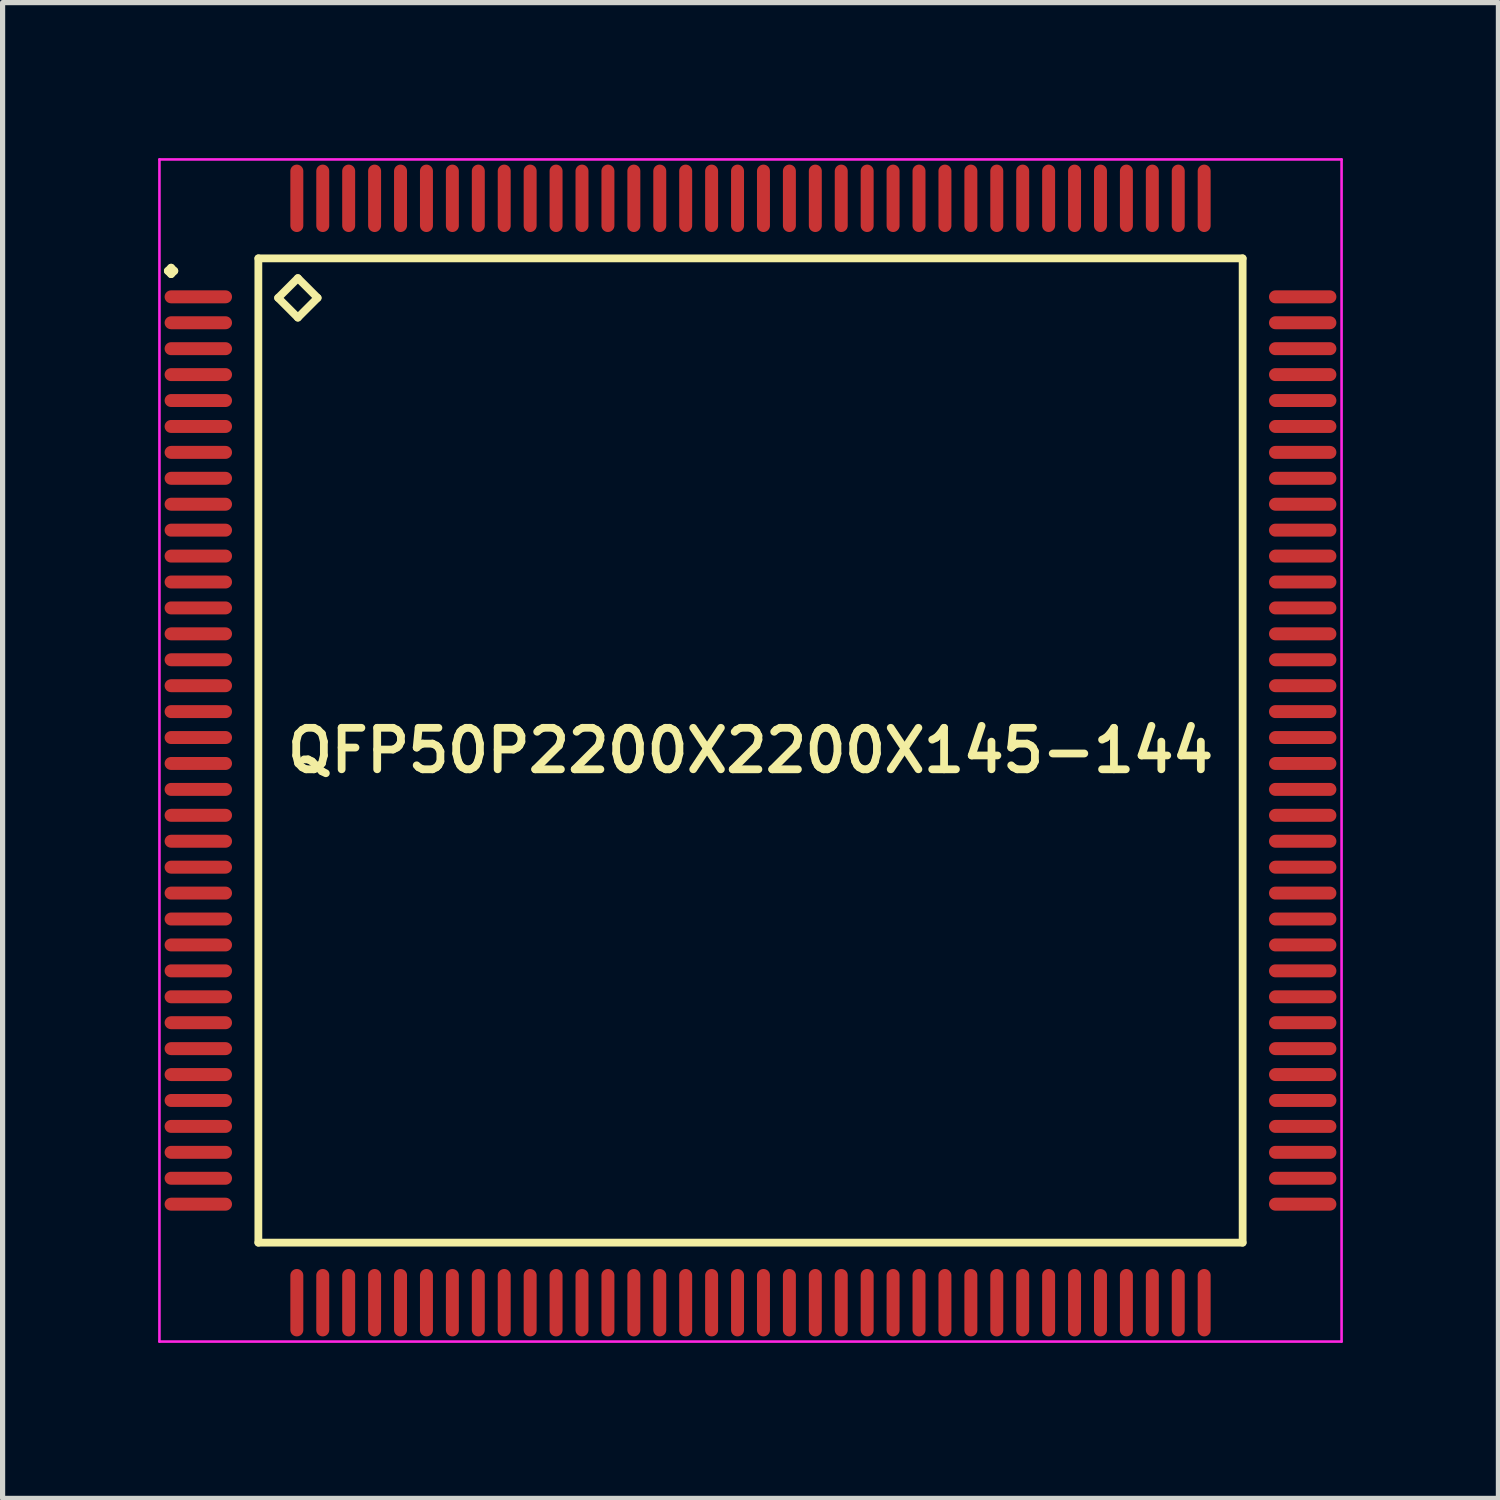
<source format=kicad_pcb>
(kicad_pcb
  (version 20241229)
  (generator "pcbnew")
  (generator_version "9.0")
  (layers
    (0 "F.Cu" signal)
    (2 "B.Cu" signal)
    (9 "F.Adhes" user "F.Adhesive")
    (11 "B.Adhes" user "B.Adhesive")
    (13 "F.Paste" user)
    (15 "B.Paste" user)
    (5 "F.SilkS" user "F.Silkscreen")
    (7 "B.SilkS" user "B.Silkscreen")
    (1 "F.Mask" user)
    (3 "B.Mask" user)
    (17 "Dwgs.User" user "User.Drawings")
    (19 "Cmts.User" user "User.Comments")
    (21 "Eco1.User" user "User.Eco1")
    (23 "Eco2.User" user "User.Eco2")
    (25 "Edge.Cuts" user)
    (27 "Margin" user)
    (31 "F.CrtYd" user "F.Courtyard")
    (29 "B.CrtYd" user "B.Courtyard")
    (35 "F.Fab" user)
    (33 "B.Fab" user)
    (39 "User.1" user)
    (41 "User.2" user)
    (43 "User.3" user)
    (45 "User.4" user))
  (footprint "QFP50P2200X2200X145-144"
    (layer "F.Cu")
    (at 11.425 11.425)
    (property "Reference" "QFP50P2200X2200X145-144" (at 0 0 0) (layer "F.SilkS") (effects (font (size 0.8 0.8) (thickness 0.15))))
    (attr smd)
    (fp_line (start -11.238 -9.25) (end -11.175 -9.312) (stroke (width 0.15) (type solid)) (layer "F.SilkS"))
    (fp_line (start -11.175 -9.312) (end -11.113 -9.25) (stroke (width 0.15) (type solid)) (layer "F.SilkS"))
    (fp_line (start -11.175 -9.188) (end -11.238 -9.25) (stroke (width 0.15) (type solid)) (layer "F.SilkS"))
    (fp_line (start -11.113 -9.25) (end -11.175 -9.188) (stroke (width 0.15) (type solid)) (layer "F.SilkS"))
    (fp_line (start -9.492 -9.492) (end -9.492 9.492) (stroke (width 0.15) (type solid)) (layer "F.SilkS"))
    (fp_line (start -9.492 9.492) (end 9.492 9.492) (stroke (width 0.15) (type solid)) (layer "F.SilkS"))
    (fp_line (start -9.111 -8.73) (end -8.73 -9.111) (stroke (width 0.15) (type solid)) (layer "F.SilkS"))
    (fp_line (start -8.73 -9.111) (end -8.349 -8.73) (stroke (width 0.15) (type solid)) (layer "F.SilkS"))
    (fp_line (start -8.73 -8.349) (end -9.111 -8.73) (stroke (width 0.15) (type solid)) (layer "F.SilkS"))
    (fp_line (start -8.349 -8.73) (end -8.73 -8.349) (stroke (width 0.15) (type solid)) (layer "F.SilkS"))
    (fp_line (start 9.492 -9.492) (end -9.492 -9.492) (stroke (width 0.15) (type solid)) (layer "F.SilkS"))
    (fp_line (start 9.492 9.492) (end 9.492 -9.492) (stroke (width 0.15) (type solid)) (layer "F.SilkS"))
    (fp_line (start -11.4 -11.4) (end 11.4 -11.4) (stroke (width 0.05) (type solid)) (layer "F.CrtYd"))
    (fp_line (start -11.4 11.4) (end -11.4 -11.4) (stroke (width 0.05) (type solid)) (layer "F.CrtYd"))
    (fp_line (start 11.4 -11.4) (end 11.4 11.4) (stroke (width 0.05) (type solid)) (layer "F.CrtYd"))
    (fp_line (start 11.4 11.4) (end -11.4 11.4) (stroke (width 0.05) (type solid)) (layer "F.CrtYd"))
    (pad "1" smd oval (at -10.65 -8.75) (size 1.3 0.25) (layers "F.Cu" "F.Mask" "F.Paste"))
    (pad "2" smd oval (at -10.65 -8.25) (size 1.3 0.25) (layers "F.Cu" "F.Mask" "F.Paste"))
    (pad "3" smd oval (at -10.65 -7.75) (size 1.3 0.25) (layers "F.Cu" "F.Mask" "F.Paste"))
    (pad "4" smd oval (at -10.65 -7.25) (size 1.3 0.25) (layers "F.Cu" "F.Mask" "F.Paste"))
    (pad "5" smd oval (at -10.65 -6.75) (size 1.3 0.25) (layers "F.Cu" "F.Mask" "F.Paste"))
    (pad "6" smd oval (at -10.65 -6.25) (size 1.3 0.25) (layers "F.Cu" "F.Mask" "F.Paste"))
    (pad "7" smd oval (at -10.65 -5.75) (size 1.3 0.25) (layers "F.Cu" "F.Mask" "F.Paste"))
    (pad "8" smd oval (at -10.65 -5.25) (size 1.3 0.25) (layers "F.Cu" "F.Mask" "F.Paste"))
    (pad "9" smd oval (at -10.65 -4.75) (size 1.3 0.25) (layers "F.Cu" "F.Mask" "F.Paste"))
    (pad "10" smd oval (at -10.65 -4.25) (size 1.3 0.25) (layers "F.Cu" "F.Mask" "F.Paste"))
    (pad "11" smd oval (at -10.65 -3.75) (size 1.3 0.25) (layers "F.Cu" "F.Mask" "F.Paste"))
    (pad "12" smd oval (at -10.65 -3.25) (size 1.3 0.25) (layers "F.Cu" "F.Mask" "F.Paste"))
    (pad "13" smd oval (at -10.65 -2.75) (size 1.3 0.25) (layers "F.Cu" "F.Mask" "F.Paste"))
    (pad "14" smd oval (at -10.65 -2.25) (size 1.3 0.25) (layers "F.Cu" "F.Mask" "F.Paste"))
    (pad "15" smd oval (at -10.65 -1.75) (size 1.3 0.25) (layers "F.Cu" "F.Mask" "F.Paste"))
    (pad "16" smd oval (at -10.65 -1.25) (size 1.3 0.25) (layers "F.Cu" "F.Mask" "F.Paste"))
    (pad "17" smd oval (at -10.65 -0.75) (size 1.3 0.25) (layers "F.Cu" "F.Mask" "F.Paste"))
    (pad "18" smd oval (at -10.65 -0.25) (size 1.3 0.25) (layers "F.Cu" "F.Mask" "F.Paste"))
    (pad "19" smd oval (at -10.65 0.25) (size 1.3 0.25) (layers "F.Cu" "F.Mask" "F.Paste"))
    (pad "20" smd oval (at -10.65 0.75) (size 1.3 0.25) (layers "F.Cu" "F.Mask" "F.Paste"))
    (pad "21" smd oval (at -10.65 1.25) (size 1.3 0.25) (layers "F.Cu" "F.Mask" "F.Paste"))
    (pad "22" smd oval (at -10.65 1.75) (size 1.3 0.25) (layers "F.Cu" "F.Mask" "F.Paste"))
    (pad "23" smd oval (at -10.65 2.25) (size 1.3 0.25) (layers "F.Cu" "F.Mask" "F.Paste"))
    (pad "24" smd oval (at -10.65 2.75) (size 1.3 0.25) (layers "F.Cu" "F.Mask" "F.Paste"))
    (pad "25" smd oval (at -10.65 3.25) (size 1.3 0.25) (layers "F.Cu" "F.Mask" "F.Paste"))
    (pad "26" smd oval (at -10.65 3.75) (size 1.3 0.25) (layers "F.Cu" "F.Mask" "F.Paste"))
    (pad "27" smd oval (at -10.65 4.25) (size 1.3 0.25) (layers "F.Cu" "F.Mask" "F.Paste"))
    (pad "28" smd oval (at -10.65 4.75) (size 1.3 0.25) (layers "F.Cu" "F.Mask" "F.Paste"))
    (pad "29" smd oval (at -10.65 5.25) (size 1.3 0.25) (layers "F.Cu" "F.Mask" "F.Paste"))
    (pad "30" smd oval (at -10.65 5.75) (size 1.3 0.25) (layers "F.Cu" "F.Mask" "F.Paste"))
    (pad "31" smd oval (at -10.65 6.25) (size 1.3 0.25) (layers "F.Cu" "F.Mask" "F.Paste"))
    (pad "32" smd oval (at -10.65 6.75) (size 1.3 0.25) (layers "F.Cu" "F.Mask" "F.Paste"))
    (pad "33" smd oval (at -10.65 7.25) (size 1.3 0.25) (layers "F.Cu" "F.Mask" "F.Paste"))
    (pad "34" smd oval (at -10.65 7.75) (size 1.3 0.25) (layers "F.Cu" "F.Mask" "F.Paste"))
    (pad "35" smd oval (at -10.65 8.25) (size 1.3 0.25) (layers "F.Cu" "F.Mask" "F.Paste"))
    (pad "36" smd oval (at -10.65 8.75) (size 1.3 0.25) (layers "F.Cu" "F.Mask" "F.Paste"))
    (pad "37" smd oval (at -8.75 10.65) (size 0.25 1.3) (layers "F.Cu" "F.Mask" "F.Paste"))
    (pad "38" smd oval (at -8.25 10.65) (size 0.25 1.3) (layers "F.Cu" "F.Mask" "F.Paste"))
    (pad "39" smd oval (at -7.75 10.65) (size 0.25 1.3) (layers "F.Cu" "F.Mask" "F.Paste"))
    (pad "40" smd oval (at -7.25 10.65) (size 0.25 1.3) (layers "F.Cu" "F.Mask" "F.Paste"))
    (pad "41" smd oval (at -6.75 10.65) (size 0.25 1.3) (layers "F.Cu" "F.Mask" "F.Paste"))
    (pad "42" smd oval (at -6.25 10.65) (size 0.25 1.3) (layers "F.Cu" "F.Mask" "F.Paste"))
    (pad "43" smd oval (at -5.75 10.65) (size 0.25 1.3) (layers "F.Cu" "F.Mask" "F.Paste"))
    (pad "44" smd oval (at -5.25 10.65) (size 0.25 1.3) (layers "F.Cu" "F.Mask" "F.Paste"))
    (pad "45" smd oval (at -4.75 10.65) (size 0.25 1.3) (layers "F.Cu" "F.Mask" "F.Paste"))
    (pad "46" smd oval (at -4.25 10.65) (size 0.25 1.3) (layers "F.Cu" "F.Mask" "F.Paste"))
    (pad "47" smd oval (at -3.75 10.65) (size 0.25 1.3) (layers "F.Cu" "F.Mask" "F.Paste"))
    (pad "48" smd oval (at -3.25 10.65) (size 0.25 1.3) (layers "F.Cu" "F.Mask" "F.Paste"))
    (pad "49" smd oval (at -2.75 10.65) (size 0.25 1.3) (layers "F.Cu" "F.Mask" "F.Paste"))
    (pad "50" smd oval (at -2.25 10.65) (size 0.25 1.3) (layers "F.Cu" "F.Mask" "F.Paste"))
    (pad "51" smd oval (at -1.75 10.65) (size 0.25 1.3) (layers "F.Cu" "F.Mask" "F.Paste"))
    (pad "52" smd oval (at -1.25 10.65) (size 0.25 1.3) (layers "F.Cu" "F.Mask" "F.Paste"))
    (pad "53" smd oval (at -0.75 10.65) (size 0.25 1.3) (layers "F.Cu" "F.Mask" "F.Paste"))
    (pad "54" smd oval (at -0.25 10.65) (size 0.25 1.3) (layers "F.Cu" "F.Mask" "F.Paste"))
    (pad "55" smd oval (at 0.25 10.65) (size 0.25 1.3) (layers "F.Cu" "F.Mask" "F.Paste"))
    (pad "56" smd oval (at 0.75 10.65) (size 0.25 1.3) (layers "F.Cu" "F.Mask" "F.Paste"))
    (pad "57" smd oval (at 1.25 10.65) (size 0.25 1.3) (layers "F.Cu" "F.Mask" "F.Paste"))
    (pad "58" smd oval (at 1.75 10.65) (size 0.25 1.3) (layers "F.Cu" "F.Mask" "F.Paste"))
    (pad "59" smd oval (at 2.25 10.65) (size 0.25 1.3) (layers "F.Cu" "F.Mask" "F.Paste"))
    (pad "60" smd oval (at 2.75 10.65) (size 0.25 1.3) (layers "F.Cu" "F.Mask" "F.Paste"))
    (pad "61" smd oval (at 3.25 10.65) (size 0.25 1.3) (layers "F.Cu" "F.Mask" "F.Paste"))
    (pad "62" smd oval (at 3.75 10.65) (size 0.25 1.3) (layers "F.Cu" "F.Mask" "F.Paste"))
    (pad "63" smd oval (at 4.25 10.65) (size 0.25 1.3) (layers "F.Cu" "F.Mask" "F.Paste"))
    (pad "64" smd oval (at 4.75 10.65) (size 0.25 1.3) (layers "F.Cu" "F.Mask" "F.Paste"))
    (pad "65" smd oval (at 5.25 10.65) (size 0.25 1.3) (layers "F.Cu" "F.Mask" "F.Paste"))
    (pad "66" smd oval (at 5.75 10.65) (size 0.25 1.3) (layers "F.Cu" "F.Mask" "F.Paste"))
    (pad "67" smd oval (at 6.25 10.65) (size 0.25 1.3) (layers "F.Cu" "F.Mask" "F.Paste"))
    (pad "68" smd oval (at 6.75 10.65) (size 0.25 1.3) (layers "F.Cu" "F.Mask" "F.Paste"))
    (pad "69" smd oval (at 7.25 10.65) (size 0.25 1.3) (layers "F.Cu" "F.Mask" "F.Paste"))
    (pad "70" smd oval (at 7.75 10.65) (size 0.25 1.3) (layers "F.Cu" "F.Mask" "F.Paste"))
    (pad "71" smd oval (at 8.25 10.65) (size 0.25 1.3) (layers "F.Cu" "F.Mask" "F.Paste"))
    (pad "72" smd oval (at 8.75 10.65) (size 0.25 1.3) (layers "F.Cu" "F.Mask" "F.Paste"))
    (pad "73" smd oval (at 10.65 8.75) (size 1.3 0.25) (layers "F.Cu" "F.Mask" "F.Paste"))
    (pad "74" smd oval (at 10.65 8.25) (size 1.3 0.25) (layers "F.Cu" "F.Mask" "F.Paste"))
    (pad "75" smd oval (at 10.65 7.75) (size 1.3 0.25) (layers "F.Cu" "F.Mask" "F.Paste"))
    (pad "76" smd oval (at 10.65 7.25) (size 1.3 0.25) (layers "F.Cu" "F.Mask" "F.Paste"))
    (pad "77" smd oval (at 10.65 6.75) (size 1.3 0.25) (layers "F.Cu" "F.Mask" "F.Paste"))
    (pad "78" smd oval (at 10.65 6.25) (size 1.3 0.25) (layers "F.Cu" "F.Mask" "F.Paste"))
    (pad "79" smd oval (at 10.65 5.75) (size 1.3 0.25) (layers "F.Cu" "F.Mask" "F.Paste"))
    (pad "80" smd oval (at 10.65 5.25) (size 1.3 0.25) (layers "F.Cu" "F.Mask" "F.Paste"))
    (pad "81" smd oval (at 10.65 4.75) (size 1.3 0.25) (layers "F.Cu" "F.Mask" "F.Paste"))
    (pad "82" smd oval (at 10.65 4.25) (size 1.3 0.25) (layers "F.Cu" "F.Mask" "F.Paste"))
    (pad "83" smd oval (at 10.65 3.75) (size 1.3 0.25) (layers "F.Cu" "F.Mask" "F.Paste"))
    (pad "84" smd oval (at 10.65 3.25) (size 1.3 0.25) (layers "F.Cu" "F.Mask" "F.Paste"))
    (pad "85" smd oval (at 10.65 2.75) (size 1.3 0.25) (layers "F.Cu" "F.Mask" "F.Paste"))
    (pad "86" smd oval (at 10.65 2.25) (size 1.3 0.25) (layers "F.Cu" "F.Mask" "F.Paste"))
    (pad "87" smd oval (at 10.65 1.75) (size 1.3 0.25) (layers "F.Cu" "F.Mask" "F.Paste"))
    (pad "88" smd oval (at 10.65 1.25) (size 1.3 0.25) (layers "F.Cu" "F.Mask" "F.Paste"))
    (pad "89" smd oval (at 10.65 0.75) (size 1.3 0.25) (layers "F.Cu" "F.Mask" "F.Paste"))
    (pad "90" smd oval (at 10.65 0.25) (size 1.3 0.25) (layers "F.Cu" "F.Mask" "F.Paste"))
    (pad "91" smd oval (at 10.65 -0.25) (size 1.3 0.25) (layers "F.Cu" "F.Mask" "F.Paste"))
    (pad "92" smd oval (at 10.65 -0.75) (size 1.3 0.25) (layers "F.Cu" "F.Mask" "F.Paste"))
    (pad "93" smd oval (at 10.65 -1.25) (size 1.3 0.25) (layers "F.Cu" "F.Mask" "F.Paste"))
    (pad "94" smd oval (at 10.65 -1.75) (size 1.3 0.25) (layers "F.Cu" "F.Mask" "F.Paste"))
    (pad "95" smd oval (at 10.65 -2.25) (size 1.3 0.25) (layers "F.Cu" "F.Mask" "F.Paste"))
    (pad "96" smd oval (at 10.65 -2.75) (size 1.3 0.25) (layers "F.Cu" "F.Mask" "F.Paste"))
    (pad "97" smd oval (at 10.65 -3.25) (size 1.3 0.25) (layers "F.Cu" "F.Mask" "F.Paste"))
    (pad "98" smd oval (at 10.65 -3.75) (size 1.3 0.25) (layers "F.Cu" "F.Mask" "F.Paste"))
    (pad "99" smd oval (at 10.65 -4.25) (size 1.3 0.25) (layers "F.Cu" "F.Mask" "F.Paste"))
    (pad "100" smd oval (at 10.65 -4.75) (size 1.3 0.25) (layers "F.Cu" "F.Mask" "F.Paste"))
    (pad "101" smd oval (at 10.65 -5.25) (size 1.3 0.25) (layers "F.Cu" "F.Mask" "F.Paste"))
    (pad "102" smd oval (at 10.65 -5.75) (size 1.3 0.25) (layers "F.Cu" "F.Mask" "F.Paste"))
    (pad "103" smd oval (at 10.65 -6.25) (size 1.3 0.25) (layers "F.Cu" "F.Mask" "F.Paste"))
    (pad "104" smd oval (at 10.65 -6.75) (size 1.3 0.25) (layers "F.Cu" "F.Mask" "F.Paste"))
    (pad "105" smd oval (at 10.65 -7.25) (size 1.3 0.25) (layers "F.Cu" "F.Mask" "F.Paste"))
    (pad "106" smd oval (at 10.65 -7.75) (size 1.3 0.25) (layers "F.Cu" "F.Mask" "F.Paste"))
    (pad "107" smd oval (at 10.65 -8.25) (size 1.3 0.25) (layers "F.Cu" "F.Mask" "F.Paste"))
    (pad "108" smd oval (at 10.65 -8.75) (size 1.3 0.25) (layers "F.Cu" "F.Mask" "F.Paste"))
    (pad "109" smd oval (at 8.75 -10.65) (size 0.25 1.3) (layers "F.Cu" "F.Mask" "F.Paste"))
    (pad "110" smd oval (at 8.25 -10.65) (size 0.25 1.3) (layers "F.Cu" "F.Mask" "F.Paste"))
    (pad "111" smd oval (at 7.75 -10.65) (size 0.25 1.3) (layers "F.Cu" "F.Mask" "F.Paste"))
    (pad "112" smd oval (at 7.25 -10.65) (size 0.25 1.3) (layers "F.Cu" "F.Mask" "F.Paste"))
    (pad "113" smd oval (at 6.75 -10.65) (size 0.25 1.3) (layers "F.Cu" "F.Mask" "F.Paste"))
    (pad "114" smd oval (at 6.25 -10.65) (size 0.25 1.3) (layers "F.Cu" "F.Mask" "F.Paste"))
    (pad "115" smd oval (at 5.75 -10.65) (size 0.25 1.3) (layers "F.Cu" "F.Mask" "F.Paste"))
    (pad "116" smd oval (at 5.25 -10.65) (size 0.25 1.3) (layers "F.Cu" "F.Mask" "F.Paste"))
    (pad "117" smd oval (at 4.75 -10.65) (size 0.25 1.3) (layers "F.Cu" "F.Mask" "F.Paste"))
    (pad "118" smd oval (at 4.25 -10.65) (size 0.25 1.3) (layers "F.Cu" "F.Mask" "F.Paste"))
    (pad "119" smd oval (at 3.75 -10.65) (size 0.25 1.3) (layers "F.Cu" "F.Mask" "F.Paste"))
    (pad "120" smd oval (at 3.25 -10.65) (size 0.25 1.3) (layers "F.Cu" "F.Mask" "F.Paste"))
    (pad "121" smd oval (at 2.75 -10.65) (size 0.25 1.3) (layers "F.Cu" "F.Mask" "F.Paste"))
    (pad "122" smd oval (at 2.25 -10.65) (size 0.25 1.3) (layers "F.Cu" "F.Mask" "F.Paste"))
    (pad "123" smd oval (at 1.75 -10.65) (size 0.25 1.3) (layers "F.Cu" "F.Mask" "F.Paste"))
    (pad "124" smd oval (at 1.25 -10.65) (size 0.25 1.3) (layers "F.Cu" "F.Mask" "F.Paste"))
    (pad "125" smd oval (at 0.75 -10.65) (size 0.25 1.3) (layers "F.Cu" "F.Mask" "F.Paste"))
    (pad "126" smd oval (at 0.25 -10.65) (size 0.25 1.3) (layers "F.Cu" "F.Mask" "F.Paste"))
    (pad "127" smd oval (at -0.25 -10.65) (size 0.25 1.3) (layers "F.Cu" "F.Mask" "F.Paste"))
    (pad "128" smd oval (at -0.75 -10.65) (size 0.25 1.3) (layers "F.Cu" "F.Mask" "F.Paste"))
    (pad "129" smd oval (at -1.25 -10.65) (size 0.25 1.3) (layers "F.Cu" "F.Mask" "F.Paste"))
    (pad "130" smd oval (at -1.75 -10.65) (size 0.25 1.3) (layers "F.Cu" "F.Mask" "F.Paste"))
    (pad "131" smd oval (at -2.25 -10.65) (size 0.25 1.3) (layers "F.Cu" "F.Mask" "F.Paste"))
    (pad "132" smd oval (at -2.75 -10.65) (size 0.25 1.3) (layers "F.Cu" "F.Mask" "F.Paste"))
    (pad "133" smd oval (at -3.25 -10.65) (size 0.25 1.3) (layers "F.Cu" "F.Mask" "F.Paste"))
    (pad "134" smd oval (at -3.75 -10.65) (size 0.25 1.3) (layers "F.Cu" "F.Mask" "F.Paste"))
    (pad "135" smd oval (at -4.25 -10.65) (size 0.25 1.3) (layers "F.Cu" "F.Mask" "F.Paste"))
    (pad "136" smd oval (at -4.75 -10.65) (size 0.25 1.3) (layers "F.Cu" "F.Mask" "F.Paste"))
    (pad "137" smd oval (at -5.25 -10.65) (size 0.25 1.3) (layers "F.Cu" "F.Mask" "F.Paste"))
    (pad "138" smd oval (at -5.75 -10.65) (size 0.25 1.3) (layers "F.Cu" "F.Mask" "F.Paste"))
    (pad "139" smd oval (at -6.25 -10.65) (size 0.25 1.3) (layers "F.Cu" "F.Mask" "F.Paste"))
    (pad "140" smd oval (at -6.75 -10.65) (size 0.25 1.3) (layers "F.Cu" "F.Mask" "F.Paste"))
    (pad "141" smd oval (at -7.25 -10.65) (size 0.25 1.3) (layers "F.Cu" "F.Mask" "F.Paste"))
    (pad "142" smd oval (at -7.75 -10.65) (size 0.25 1.3) (layers "F.Cu" "F.Mask" "F.Paste"))
    (pad "143" smd oval (at -8.25 -10.65) (size 0.25 1.3) (layers "F.Cu" "F.Mask" "F.Paste"))
    (pad "144" smd oval (at -8.75 -10.65) (size 0.25 1.3) (layers "F.Cu" "F.Mask" "F.Paste")))
  (gr_rect
    (start -3 -3)
    (end 25.85 25.85)
    (stroke (width 0.1) (type default))
    (fill no)
    (layer "Edge.Cuts")))
</source>
